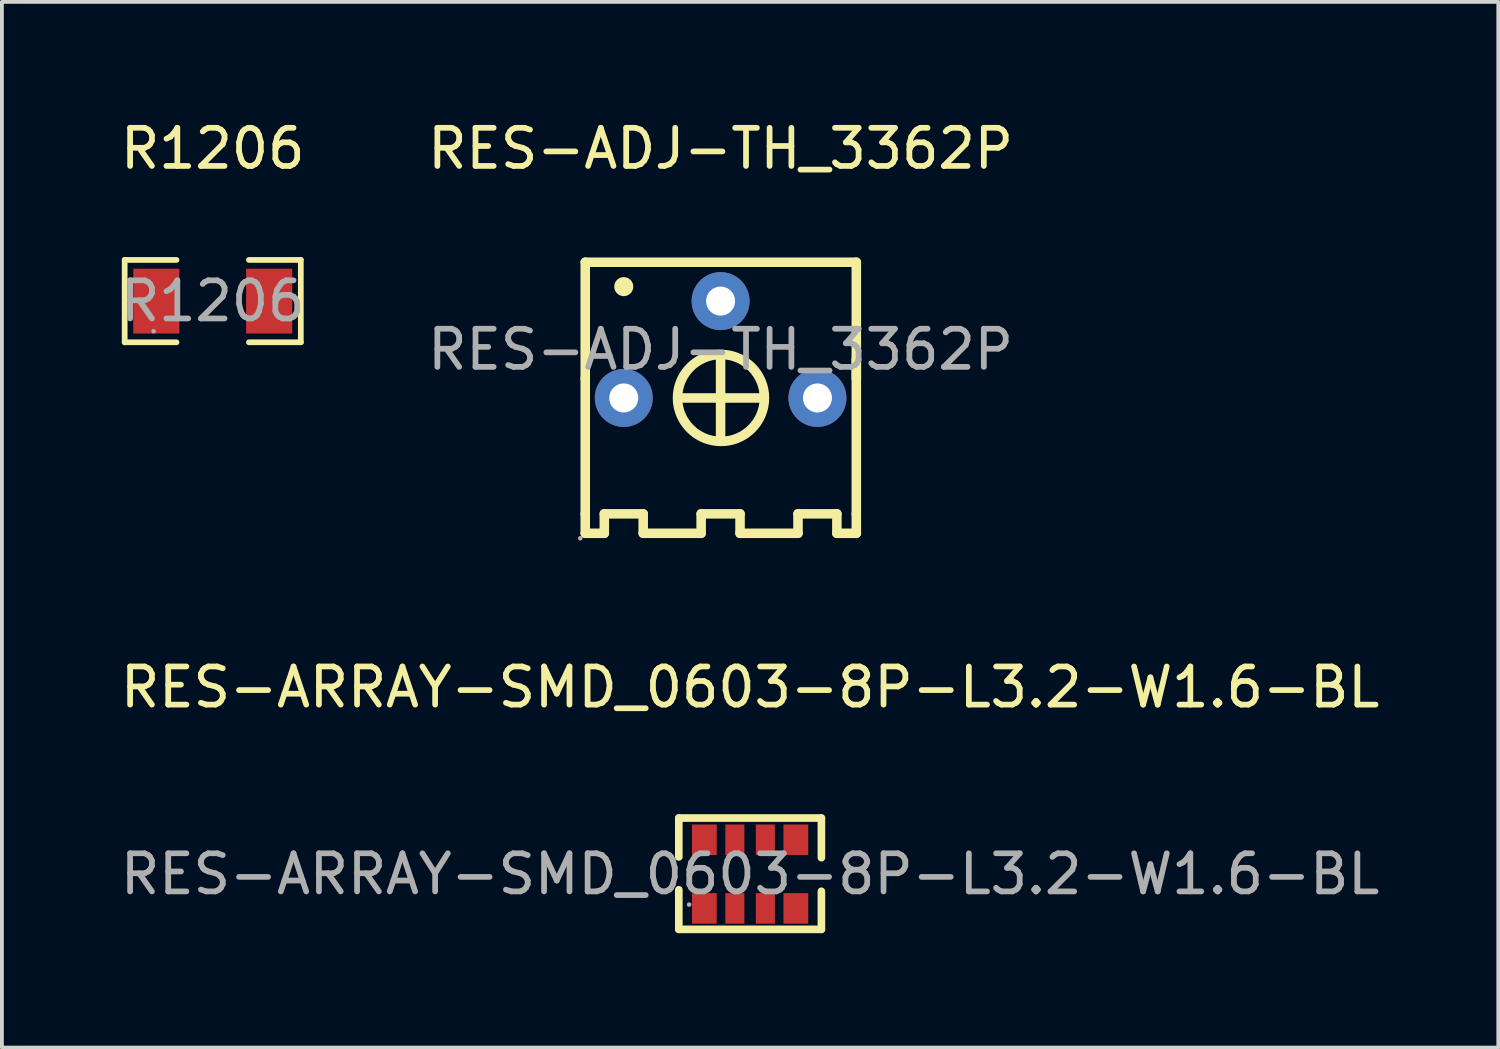
<source format=kicad_pcb>
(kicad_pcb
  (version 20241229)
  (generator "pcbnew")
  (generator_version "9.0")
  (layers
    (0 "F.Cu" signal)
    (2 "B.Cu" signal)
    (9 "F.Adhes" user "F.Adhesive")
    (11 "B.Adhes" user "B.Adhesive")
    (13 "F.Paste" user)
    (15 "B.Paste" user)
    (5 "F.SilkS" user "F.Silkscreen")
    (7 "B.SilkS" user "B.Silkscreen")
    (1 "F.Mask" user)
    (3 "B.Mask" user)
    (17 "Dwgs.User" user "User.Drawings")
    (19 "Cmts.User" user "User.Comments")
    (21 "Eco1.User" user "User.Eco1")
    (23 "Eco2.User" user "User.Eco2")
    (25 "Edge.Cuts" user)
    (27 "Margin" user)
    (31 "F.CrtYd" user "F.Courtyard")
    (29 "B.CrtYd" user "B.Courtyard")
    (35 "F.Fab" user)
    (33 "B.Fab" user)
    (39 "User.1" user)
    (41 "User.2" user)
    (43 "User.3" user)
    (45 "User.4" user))
  (footprint "R1206"
    (layer "F.Cu")
    (at 2.53 4.848)
    (property "Reference" "R1206" (at 0 -4 0) (layer "F.SilkS") (effects (font (size 1 1) (thickness 0.15))))
    (attr through_hole)
    (fp_line (start -2.31 -1.08) (end -0.95 -1.08) (stroke (width 0.15) (type solid)) (layer "F.SilkS"))
    (fp_line (start -2.31 1.08) (end -2.31 -1.08) (stroke (width 0.15) (type solid)) (layer "F.SilkS"))
    (fp_line (start -0.95 1.08) (end -2.31 1.08) (stroke (width 0.15) (type solid)) (layer "F.SilkS"))
    (fp_line (start 0.95 1.08) (end 2.31 1.08) (stroke (width 0.15) (type solid)) (layer "F.SilkS"))
    (fp_line (start 2.31 -1.08) (end 0.95 -1.08) (stroke (width 0.15) (type solid)) (layer "F.SilkS"))
    (fp_line (start 2.31 1.08) (end 2.31 -1.08) (stroke (width 0.15) (type solid)) (layer "F.SilkS"))
    (fp_circle (center -1.55 0.79) (end -1.52 0.79) (stroke (width 0.06) (type solid)) (fill no) (layer "F.Fab"))
    (fp_text user "${REFERENCE}" (at 0 0 0) (layer "F.Fab") (effects (font (size 1 1) (thickness 0.15))))
    (pad "1" smd rect (at -1.48 0) (size 1.21 1.7) (layers "F.Cu" "F.Mask" "F.Paste"))
    (pad "2" smd rect (at 1.48 0) (size 1.21 1.7) (layers "F.Cu" "F.Mask" "F.Paste")))
  (footprint "RES-ADJ-TH_3362P"
    (layer "F.Cu")
    (at 15.851 6.118)
    (property "Reference" "RES-ADJ-TH_3362P" (at 0 -5.27 0) (layer "F.SilkS") (effects (font (size 1 1) (thickness 0.15))))
    (attr through_hole)
    (fp_line (start -3.55 -2.29) (end 3.56 -2.29) (stroke (width 0.25) (type solid)) (layer "F.SilkS"))
    (fp_line (start -3.55 0.76) (end -3.55 -2.29) (stroke (width 0.25) (type solid)) (layer "F.SilkS"))
    (fp_line (start -3.55 4.31) (end -3.55 0.76) (stroke (width 0.25) (type solid)) (layer "F.SilkS"))
    (fp_line (start -3.55 4.82) (end -3.55 4.31) (stroke (width 0.25) (type solid)) (layer "F.SilkS"))
    (fp_line (start -3.05 4.31) (end -3.05 4.82) (stroke (width 0.25) (type solid)) (layer "F.SilkS"))
    (fp_line (start -3.05 4.82) (end -3.55 4.82) (stroke (width 0.25) (type solid)) (layer "F.SilkS"))
    (fp_line (start -2.03 4.31) (end -3.05 4.31) (stroke (width 0.25) (type solid)) (layer "F.SilkS"))
    (fp_line (start -2.03 4.82) (end -2.03 4.31) (stroke (width 0.25) (type solid)) (layer "F.SilkS"))
    (fp_line (start -0.51 4.31) (end -0.51 4.82) (stroke (width 0.25) (type solid)) (layer "F.SilkS"))
    (fp_line (start -0.51 4.82) (end -2.03 4.82) (stroke (width 0.25) (type solid)) (layer "F.SilkS"))
    (fp_line (start 0 2.28) (end 0 0.25) (stroke (width 0.25) (type solid)) (layer "F.SilkS"))
    (fp_line (start 0.51 4.31) (end -0.51 4.31) (stroke (width 0.25) (type solid)) (layer "F.SilkS"))
    (fp_line (start 0.51 4.82) (end 0.51 4.31) (stroke (width 0.25) (type solid)) (layer "F.SilkS"))
    (fp_line (start 1.02 1.27) (end -1.02 1.27) (stroke (width 0.25) (type solid)) (layer "F.SilkS"))
    (fp_line (start 2.03 4.31) (end 2.03 4.82) (stroke (width 0.25) (type solid)) (layer "F.SilkS"))
    (fp_line (start 2.03 4.82) (end 0.51 4.82) (stroke (width 0.25) (type solid)) (layer "F.SilkS"))
    (fp_line (start 3.05 4.31) (end 2.03 4.31) (stroke (width 0.25) (type solid)) (layer "F.SilkS"))
    (fp_line (start 3.05 4.82) (end 3.05 4.31) (stroke (width 0.25) (type solid)) (layer "F.SilkS"))
    (fp_line (start 3.56 -2.29) (end 3.56 0.76) (stroke (width 0.25) (type solid)) (layer "F.SilkS"))
    (fp_line (start 3.56 0.25) (end 3.56 4.31) (stroke (width 0.25) (type solid)) (layer "F.SilkS"))
    (fp_line (start 3.56 4.31) (end 3.56 4.82) (stroke (width 0.25) (type solid)) (layer "F.SilkS"))
    (fp_line (start 3.56 4.82) (end 3.05 4.82) (stroke (width 0.25) (type solid)) (layer "F.SilkS"))
    (fp_arc (start -2.54 -1.65) (mid -2.54 -1.65) (end -2.54 -1.65) (stroke (width 0.25) (type solid)) (layer "F.SilkS"))
    (fp_arc (start 0.02 0.13) (mid 0.010048 2.410044) (end -0.000096 0.130001) (stroke (width 0.25) (type solid)) (layer "F.SilkS"))
    (fp_circle (center -3.68 4.95) (end -3.65 4.95) (stroke (width 0.06) (type solid)) (fill no) (layer "F.Fab"))
    (fp_circle (center -2.54 1.27) (end -2.4 1.27) (stroke (width 0.28) (type solid)) (fill no) (layer "F.Fab"))
    (fp_circle (center 0 -1.27) (end 0.14 -1.27) (stroke (width 0.28) (type solid)) (fill no) (layer "F.Fab"))
    (fp_circle (center 2.54 1.27) (end 2.68 1.27) (stroke (width 0.28) (type solid)) (fill no) (layer "F.Fab"))
    (fp_text user "${REFERENCE}" (at 0 0 0) (layer "F.Fab") (effects (font (size 1 1) (thickness 0.15))))
    (pad "1" thru_hole circle (at -2.54 1.27) (size 1.52 1.52) (drill 0.762) (layers "*.Cu" "*.Paste" "*.Mask"))
    (pad "2" thru_hole circle (at 0 -1.27) (size 1.52 1.52) (drill 0.762) (layers "*.Cu" "*.Paste" "*.Mask"))
    (pad "3" thru_hole circle (at 2.54 1.27) (size 1.52 1.52) (drill 0.762) (layers "*.Cu" "*.Paste" "*.Mask")))
  (footprint "RES-ARRAY-SMD_0603-8P-L3.2-W1.6-BL"
    (layer "F.Cu")
    (at 16.625 19.877)
    (property "Reference" "RES-ARRAY-SMD_0603-8P-L3.2-W1.6-BL" (at 0 -4.9 0) (layer "F.SilkS") (effects (font (size 1 1) (thickness 0.15))))
    (attr through_hole)
    (fp_line (start -1.87 -1.47) (end 1.87 -1.47) (stroke (width 0.2) (type solid)) (layer "F.SilkS"))
    (fp_line (start -1.87 -0.45) (end -1.87 -1.47) (stroke (width 0.2) (type solid)) (layer "F.SilkS"))
    (fp_line (start -1.87 1.45) (end -1.87 0.41) (stroke (width 0.2) (type solid)) (layer "F.SilkS"))
    (fp_line (start 1.87 -1.47) (end 1.87 -0.43) (stroke (width 0.2) (type solid)) (layer "F.SilkS"))
    (fp_line (start 1.87 0.45) (end 1.87 1.45) (stroke (width 0.2) (type solid)) (layer "F.SilkS"))
    (fp_line (start 1.87 1.45) (end -1.87 1.45) (stroke (width 0.2) (type solid)) (layer "F.SilkS"))
    (fp_circle (center -1.6 0.8) (end -1.57 0.8) (stroke (width 0.06) (type solid)) (fill no) (layer "F.Fab"))
    (fp_text user "${REFERENCE}" (at 0 0 0) (layer "F.Fab") (effects (font (size 1 1) (thickness 0.15))))
    (pad "1" smd rect (at -1.2 0.9) (size 0.65 0.8) (layers "F.Cu" "F.Mask" "F.Paste"))
    (pad "2" smd rect (at -0.4 0.9) (size 0.5 0.8) (layers "F.Cu" "F.Mask" "F.Paste"))
    (pad "3" smd rect (at 0.4 0.9) (size 0.5 0.8) (layers "F.Cu" "F.Mask" "F.Paste"))
    (pad "4" smd rect (at 1.2 0.9) (size 0.65 0.8) (layers "F.Cu" "F.Mask" "F.Paste"))
    (pad "5" smd rect (at 1.2 -0.9) (size 0.65 0.8) (layers "F.Cu" "F.Mask" "F.Paste"))
    (pad "6" smd rect (at 0.4 -0.9) (size 0.5 0.8) (layers "F.Cu" "F.Mask" "F.Paste"))
    (pad "7" smd rect (at -0.4 -0.9) (size 0.5 0.8) (layers "F.Cu" "F.Mask" "F.Paste"))
    (pad "8" smd rect (at -1.2 -0.9) (size 0.65 0.8) (layers "F.Cu" "F.Mask" "F.Paste")))
  (gr_rect
    (start -3 -3)
    (end 36.25 24.427)
    (stroke (width 0.1) (type default))
    (fill no)
    (layer "Edge.Cuts")))
</source>
